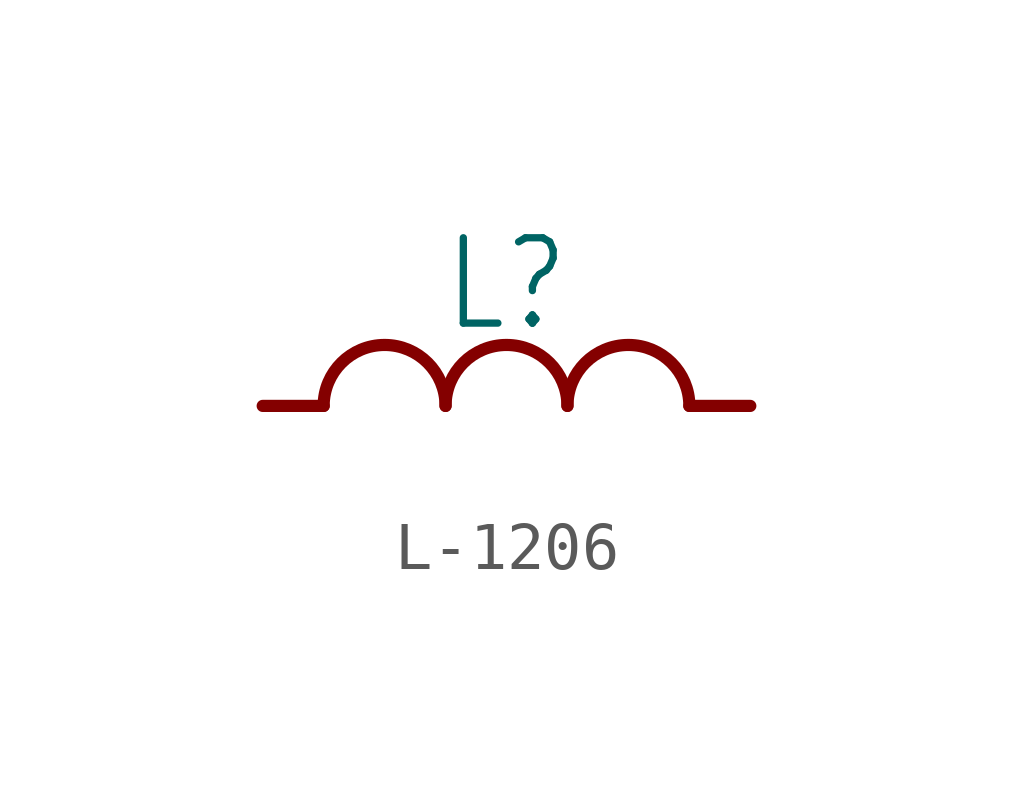
<source format=kicad_sym>
(kicad_symbol_lib
  (version 20231120)
  (generator "kicad_symbol_editor")
  (generator_version "8.0")
  (symbol "L-1206"
    (property "Reference" "L"
      (at 0 2.54 0)
      (effects (font (size 1.778 1.511))))
    (property "Value" ""
      (at 0 -1.27 0)
      (effects (font (size 1.778 1.511))))
    (property "ki_locked" ""
      (at 0 0 0)
      (effects (font (size 1.27 1.27))))
    (symbol "L-1206_1_0"
      (arc (start -1.27 0) (mid -2.54 1.27) (end -3.81 0) (stroke (width 0.254) (type solid)) (fill (type none)))
      (polyline (pts (xy -5.08 0) (xy -3.81 0)) (stroke (width 0.254) (type solid)) (fill (type none)))
      (polyline (pts (xy 3.81 0) (xy 5.08 0)) (stroke (width 0.254) (type solid)) (fill (type none)))
      (arc (start 1.27 0) (mid 0 1.27) (end -1.27 0) (stroke (width 0.254) (type solid)) (fill (type none)))
      (arc (start 3.81 0) (mid 2.54 1.27) (end 1.27 0) (stroke (width 0.254) (type solid)) (fill (type none)))
      (pin passive line (at -5.08 0 0) (length 0) (name "1" (effects (font (size 0 0)))) (number "1" (effects (font (size 0 0)))))
      (pin passive line (at 5.08 0 180) (length 0) (name "2" (effects (font (size 0 0)))) (number "2" (effects (font (size 0 0))))))))
</source>
